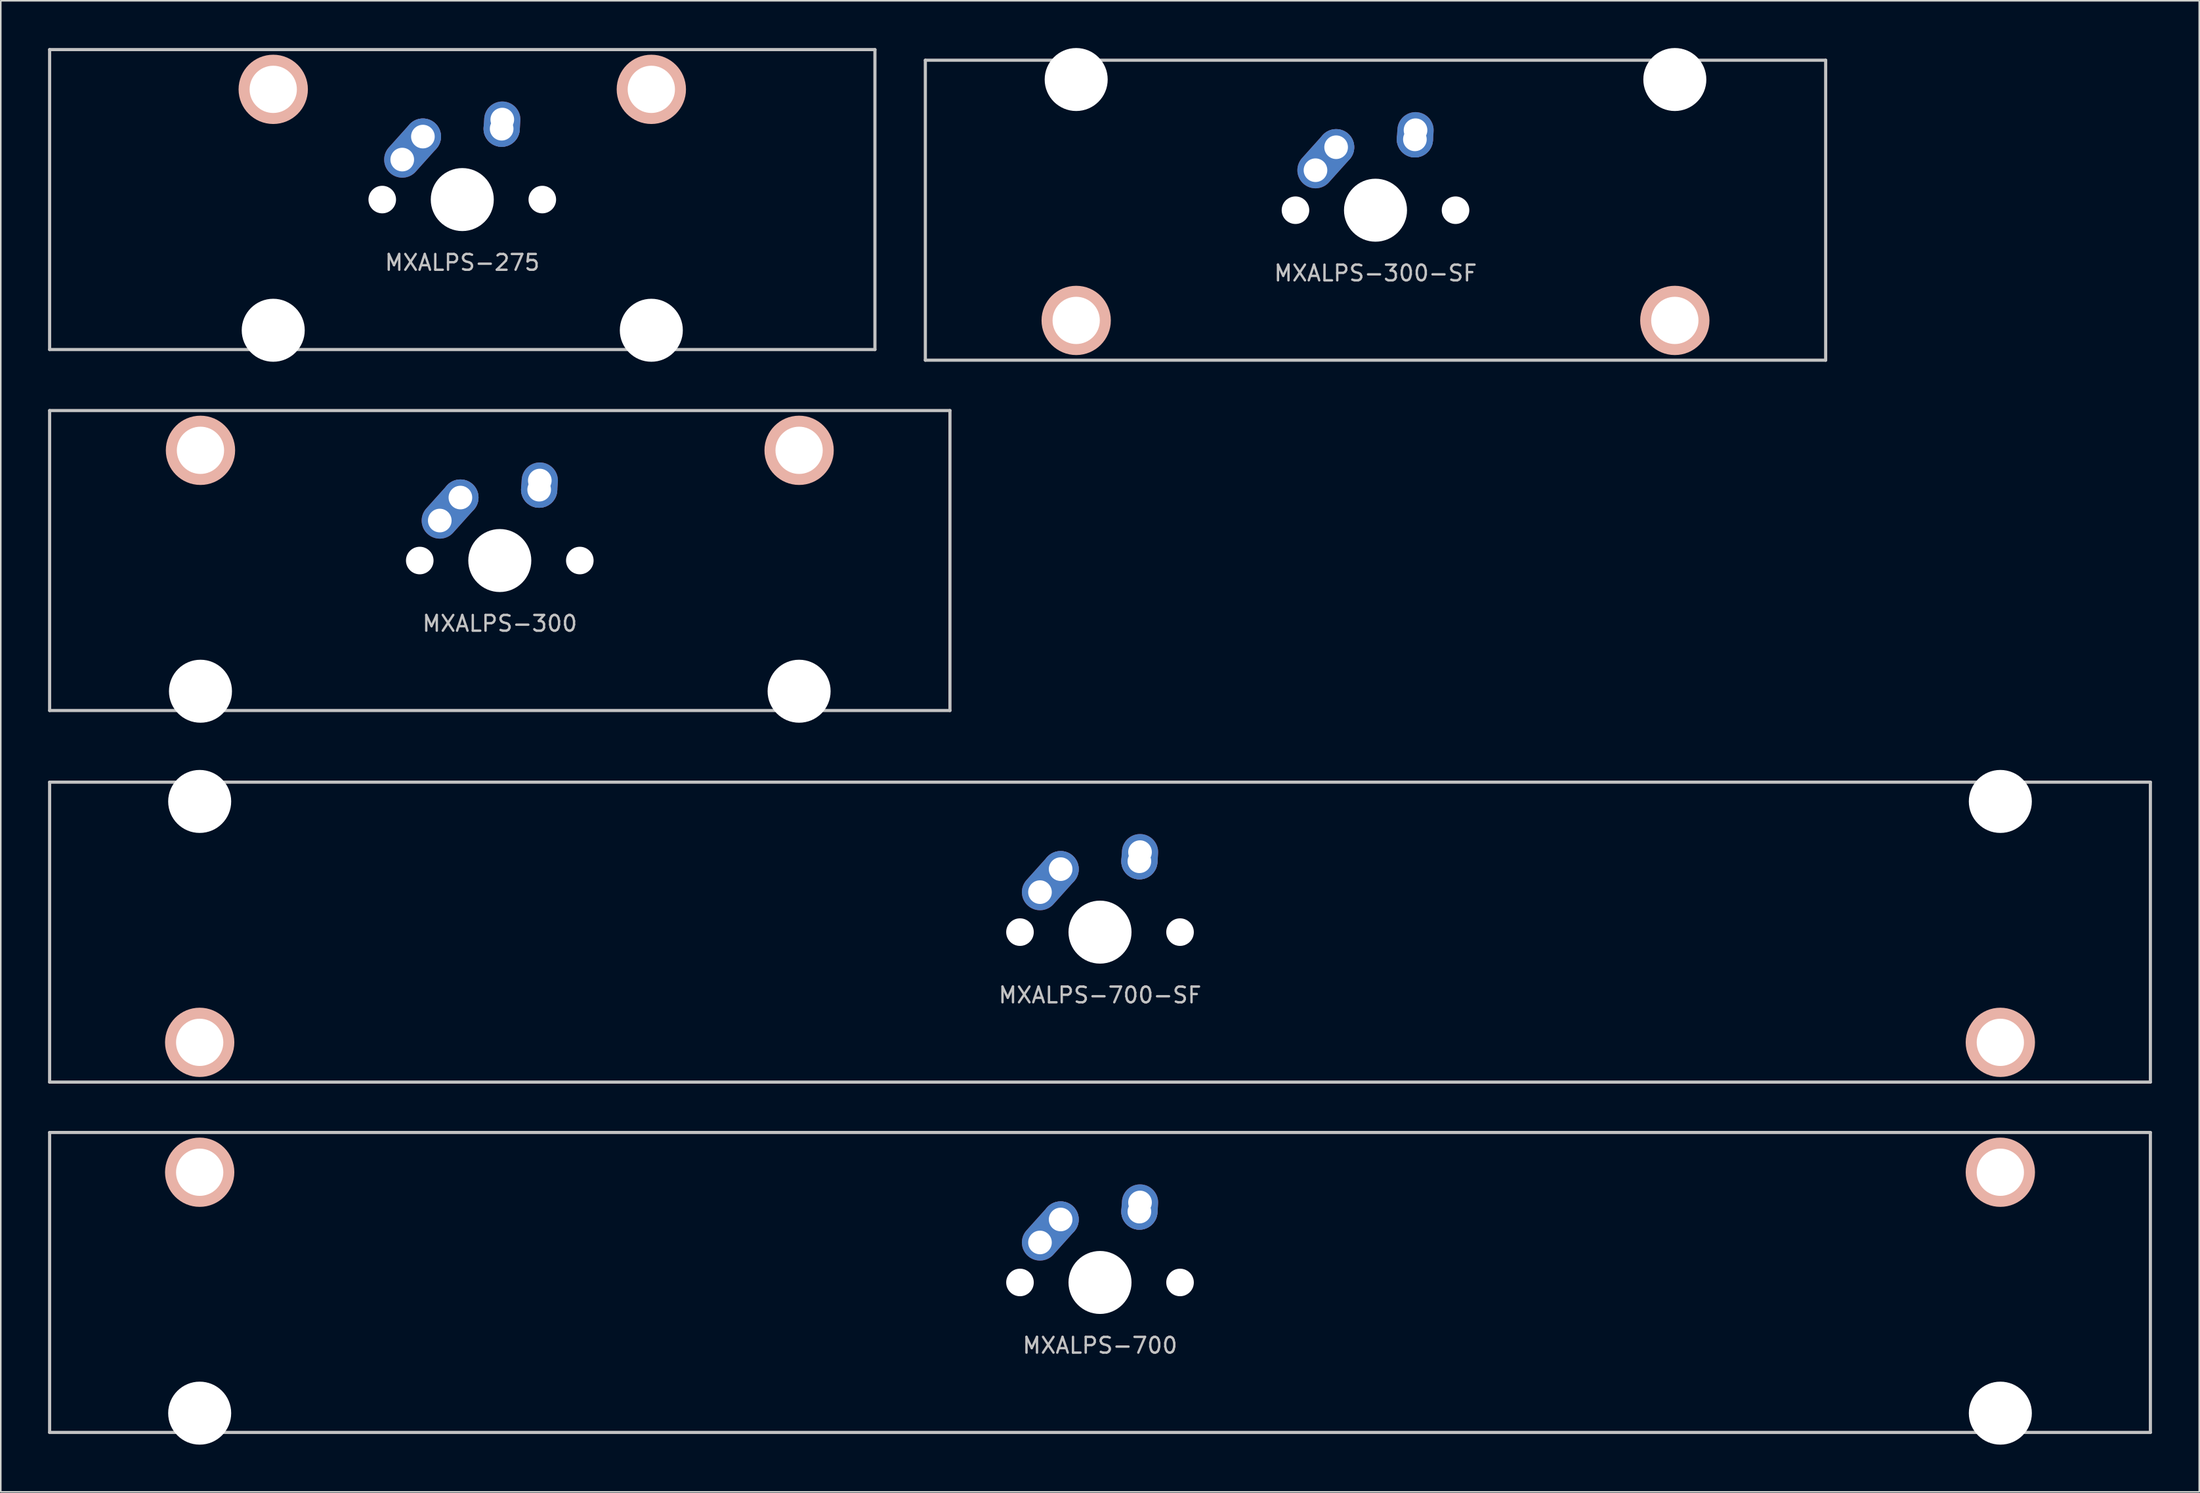
<source format=kicad_pcb>
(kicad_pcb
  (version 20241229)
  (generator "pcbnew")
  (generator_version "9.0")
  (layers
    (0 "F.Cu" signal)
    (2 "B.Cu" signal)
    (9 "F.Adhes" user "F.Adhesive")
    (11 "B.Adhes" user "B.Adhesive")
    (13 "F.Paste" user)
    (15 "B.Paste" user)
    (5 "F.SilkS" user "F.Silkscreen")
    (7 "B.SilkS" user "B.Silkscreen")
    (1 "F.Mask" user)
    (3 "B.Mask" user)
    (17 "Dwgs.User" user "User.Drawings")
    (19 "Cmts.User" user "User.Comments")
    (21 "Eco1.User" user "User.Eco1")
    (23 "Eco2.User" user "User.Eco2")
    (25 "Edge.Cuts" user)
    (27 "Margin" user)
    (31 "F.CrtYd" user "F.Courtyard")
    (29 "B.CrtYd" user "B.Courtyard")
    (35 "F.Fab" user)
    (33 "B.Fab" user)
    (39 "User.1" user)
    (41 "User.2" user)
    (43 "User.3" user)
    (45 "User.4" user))
  (footprint "MXALPS-300-SF"
    (layer "F.Cu")
    (at 84.263 10.3)
    (property "Reference" "MXALPS-300-SF" (at 0 4 0) (layer "Dwgs.User") (effects (font (size 1 1) (thickness 0.15))))
    (attr through_hole)
    (fp_circle (center -19 7) (end -21.2 7) (stroke (width 0) (type solid)) (fill yes) (layer "B.SilkS"))
    (fp_circle (center 19 7) (end 16.8 7) (stroke (width 0) (type solid)) (fill yes) (layer "B.SilkS"))
    (fp_line (start -28.575 -9.525) (end 28.575 -9.525) (stroke (width 0.2) (type solid)) (layer "Dwgs.User"))
    (fp_line (start -28.575 9.525) (end -28.575 -9.525) (stroke (width 0.2) (type solid)) (layer "Dwgs.User"))
    (fp_line (start 28.575 -9.525) (end 28.575 9.525) (stroke (width 0.2) (type solid)) (layer "Dwgs.User"))
    (fp_line (start 28.575 9.525) (end -28.575 9.525) (stroke (width 0.2) (type solid)) (layer "Dwgs.User"))
    (pad "" np_thru_hole circle (at -19 -8.3) (size 4 4) (drill 4) (layers "*.Cu" "*.Mask"))
    (pad "" np_thru_hole circle (at -19 7 180) (size 3 3) (drill 3) (layers "*.Cu" "*.Mask"))
    (pad "" np_thru_hole circle (at -5.08 0) (size 1.75 1.75) (drill 1.75) (layers "*.Cu" "*.Mask"))
    (pad "" np_thru_hole circle (at 0 0) (size 4 4) (drill 4) (layers "*.Cu" "*.Mask"))
    (pad "" np_thru_hole circle (at 5.08 0) (size 1.75 1.75) (drill 1.75) (layers "*.Cu" "*.Mask"))
    (pad "" np_thru_hole circle (at 19 -8.3 180) (size 4 4) (drill 4) (layers "*.Cu" "*.Mask"))
    (pad "" np_thru_hole circle (at 19 7 180) (size 3 3) (drill 3) (layers "*.Cu" "*.Mask"))
    (pad "1" thru_hole circle (at 2.5 -4.5) (size 2.3 2.3) (drill 1.5) (layers "*.Cu" "B.Mask"))
    (pad "1" thru_hole oval (at 2.54 -5.08 356.056) (size 2.3 2.881) (drill 1.5 (offset 0 0.291)) (layers "*.Cu" "B.Mask"))
    (pad "2" thru_hole oval (at -3.81 -2.54 48.1) (size 4.262 2.3) (drill 1.5 (offset 0.981 0)) (layers "*.Cu" "B.Mask"))
    (pad "2" thru_hole circle (at -2.5 -4) (size 2.3 2.3) (drill 1.5) (layers "*.Cu" "B.Mask")))
  (footprint "MXALPS-300"
    (layer "F.Cu")
    (at 28.675 32.55)
    (property "Reference" "MXALPS-300" (at 0 4 0) (layer "Dwgs.User") (effects (font (size 1 1) (thickness 0.15))))
    (attr through_hole)
    (fp_circle (center -19 -7) (end -16.8 -7) (stroke (width 0) (type solid)) (fill yes) (layer "B.SilkS"))
    (fp_circle (center 19 -7) (end 21.2 -7) (stroke (width 0) (type solid)) (fill yes) (layer "B.SilkS"))
    (fp_line (start -28.575 -9.525) (end 28.575 -9.525) (stroke (width 0.2) (type solid)) (layer "Dwgs.User"))
    (fp_line (start -28.575 9.525) (end -28.575 -9.525) (stroke (width 0.2) (type solid)) (layer "Dwgs.User"))
    (fp_line (start 28.575 -9.525) (end 28.575 9.525) (stroke (width 0.2) (type solid)) (layer "Dwgs.User"))
    (fp_line (start 28.575 9.525) (end -28.575 9.525) (stroke (width 0.2) (type solid)) (layer "Dwgs.User"))
    (pad "" np_thru_hole circle (at -19 -7) (size 3 3) (drill 3) (layers "*.Cu" "*.Mask"))
    (pad "" np_thru_hole circle (at -19 8.3) (size 4 4) (drill 4) (layers "*.Cu" "*.Mask"))
    (pad "" np_thru_hole circle (at -5.08 0) (size 1.75 1.75) (drill 1.75) (layers "*.Cu" "*.Mask"))
    (pad "" np_thru_hole circle (at 0 0) (size 4 4) (drill 4) (layers "*.Cu" "*.Mask"))
    (pad "" np_thru_hole circle (at 5.08 0) (size 1.75 1.75) (drill 1.75) (layers "*.Cu" "*.Mask"))
    (pad "" np_thru_hole circle (at 19 -7) (size 3 3) (drill 3) (layers "*.Cu" "*.Mask"))
    (pad "" np_thru_hole circle (at 19 8.3 180) (size 4 4) (drill 4) (layers "*.Cu" "*.Mask"))
    (pad "1" thru_hole circle (at 2.5 -4.5) (size 2.3 2.3) (drill 1.5) (layers "*.Cu" "B.Mask"))
    (pad "1" thru_hole oval (at 2.54 -5.08 356.056) (size 2.3 2.881) (drill 1.5 (offset 0 0.291)) (layers "*.Cu" "B.Mask"))
    (pad "2" thru_hole oval (at -3.81 -2.54 48.1) (size 4.262 2.3) (drill 1.5 (offset 0.981 0)) (layers "*.Cu" "B.Mask"))
    (pad "2" thru_hole circle (at -2.5 -4) (size 2.3 2.3) (drill 1.5) (layers "*.Cu" "B.Mask")))
  (footprint "MXALPS-700-SF"
    (layer "F.Cu")
    (at 66.775 56.15)
    (property "Reference" "MXALPS-700-SF" (at 0 4 0) (layer "Dwgs.User") (effects (font (size 1 1) (thickness 0.15))))
    (attr through_hole)
    (fp_circle (center -57.15 7) (end -59.35 7) (stroke (width 0) (type solid)) (fill yes) (layer "B.SilkS"))
    (fp_circle (center 57.15 7) (end 54.95 7) (stroke (width 0) (type solid)) (fill yes) (layer "B.SilkS"))
    (fp_line (start -66.675 -9.525) (end 66.675 -9.525) (stroke (width 0.2) (type solid)) (layer "Dwgs.User"))
    (fp_line (start -66.675 9.525) (end -66.675 -9.525) (stroke (width 0.2) (type solid)) (layer "Dwgs.User"))
    (fp_line (start 66.675 -9.525) (end 66.675 9.525) (stroke (width 0.2) (type solid)) (layer "Dwgs.User"))
    (fp_line (start 66.675 9.525) (end -66.675 9.525) (stroke (width 0.2) (type solid)) (layer "Dwgs.User"))
    (pad "" np_thru_hole circle (at -57.15 -8.3) (size 4 4) (drill 4) (layers "*.Cu" "*.Mask"))
    (pad "" np_thru_hole circle (at -57.15 7 180) (size 3 3) (drill 3) (layers "*.Cu" "*.Mask"))
    (pad "" np_thru_hole circle (at -5.08 0) (size 1.75 1.75) (drill 1.75) (layers "*.Cu" "*.Mask"))
    (pad "" np_thru_hole circle (at 0 0) (size 4 4) (drill 4) (layers "*.Cu" "*.Mask"))
    (pad "" np_thru_hole circle (at 5.08 0) (size 1.75 1.75) (drill 1.75) (layers "*.Cu" "*.Mask"))
    (pad "" np_thru_hole circle (at 57.15 -8.3 180) (size 4 4) (drill 4) (layers "*.Cu" "*.Mask"))
    (pad "" np_thru_hole circle (at 57.15 7 180) (size 3 3) (drill 3) (layers "*.Cu" "*.Mask"))
    (pad "1" thru_hole circle (at 2.5 -4.5) (size 2.3 2.3) (drill 1.5) (layers "*.Cu" "B.Mask"))
    (pad "1" thru_hole oval (at 2.54 -5.08 356.056) (size 2.3 2.881) (drill 1.5 (offset 0 0.291)) (layers "*.Cu" "B.Mask"))
    (pad "2" thru_hole oval (at -3.81 -2.54 48.1) (size 4.262 2.3) (drill 1.5 (offset 0.981 0)) (layers "*.Cu" "B.Mask"))
    (pad "2" thru_hole circle (at -2.5 -4) (size 2.3 2.3) (drill 1.5) (layers "*.Cu" "B.Mask")))
  (footprint "MXALPS-700"
    (layer "F.Cu")
    (at 66.775 78.4)
    (property "Reference" "MXALPS-700" (at 0 4 0) (layer "Dwgs.User") (effects (font (size 1 1) (thickness 0.15))))
    (attr through_hole)
    (fp_circle (center -57.15 -7) (end -54.95 -7) (stroke (width 0) (type solid)) (fill yes) (layer "B.SilkS"))
    (fp_circle (center 57.15 -7) (end 59.35 -7) (stroke (width 0) (type solid)) (fill yes) (layer "B.SilkS"))
    (fp_line (start -66.675 -9.525) (end 66.675 -9.525) (stroke (width 0.2) (type solid)) (layer "Dwgs.User"))
    (fp_line (start -66.675 9.525) (end -66.675 -9.525) (stroke (width 0.2) (type solid)) (layer "Dwgs.User"))
    (fp_line (start 66.675 -9.525) (end 66.675 9.525) (stroke (width 0.2) (type solid)) (layer "Dwgs.User"))
    (fp_line (start 66.675 9.525) (end -66.675 9.525) (stroke (width 0.2) (type solid)) (layer "Dwgs.User"))
    (pad "" np_thru_hole circle (at -57.15 -7) (size 3 3) (drill 3) (layers "*.Cu" "*.Mask"))
    (pad "" np_thru_hole circle (at -57.15 8.3) (size 4 4) (drill 4) (layers "*.Cu" "*.Mask"))
    (pad "" np_thru_hole circle (at -5.08 0) (size 1.75 1.75) (drill 1.75) (layers "*.Cu" "*.Mask"))
    (pad "" np_thru_hole circle (at 0 0) (size 4 4) (drill 4) (layers "*.Cu" "*.Mask"))
    (pad "" np_thru_hole circle (at 5.08 0) (size 1.75 1.75) (drill 1.75) (layers "*.Cu" "*.Mask"))
    (pad "" np_thru_hole circle (at 57.15 -7) (size 3 3) (drill 3) (layers "*.Cu" "*.Mask"))
    (pad "" np_thru_hole circle (at 57.15 8.3 180) (size 4 4) (drill 4) (layers "*.Cu" "*.Mask"))
    (pad "1" thru_hole circle (at 2.5 -4.5) (size 2.3 2.3) (drill 1.5) (layers "*.Cu" "B.Mask"))
    (pad "1" thru_hole oval (at 2.54 -5.08 356.056) (size 2.3 2.881) (drill 1.5 (offset 0 0.291)) (layers "*.Cu" "B.Mask"))
    (pad "2" thru_hole oval (at -3.81 -2.54 48.1) (size 4.262 2.3) (drill 1.5 (offset 0.981 0)) (layers "*.Cu" "B.Mask"))
    (pad "2" thru_hole circle (at -2.5 -4) (size 2.3 2.3) (drill 1.5) (layers "*.Cu" "B.Mask")))
  (footprint "MXALPS-275"
    (layer "F.Cu")
    (at 26.294 9.625)
    (property "Reference" "MXALPS-275" (at 0 4 0) (layer "Dwgs.User") (effects (font (size 1 1) (thickness 0.15))))
    (attr through_hole)
    (fp_circle (center -12 -7) (end -9.8 -7) (stroke (width 0) (type solid)) (fill yes) (layer "B.SilkS"))
    (fp_circle (center 12 -7) (end 14.2 -7) (stroke (width 0) (type solid)) (fill yes) (layer "B.SilkS"))
    (fp_line (start -26.194 -9.525) (end 26.194 -9.525) (stroke (width 0.2) (type solid)) (layer "Dwgs.User"))
    (fp_line (start -26.194 9.525) (end -26.194 -9.525) (stroke (width 0.2) (type solid)) (layer "Dwgs.User"))
    (fp_line (start 26.194 -9.525) (end 26.194 9.525) (stroke (width 0.2) (type solid)) (layer "Dwgs.User"))
    (fp_line (start 26.194 9.525) (end -26.194 9.525) (stroke (width 0.2) (type solid)) (layer "Dwgs.User"))
    (pad "" np_thru_hole circle (at -12 -7) (size 3 3) (drill 3) (layers "*.Cu" "*.Mask"))
    (pad "" np_thru_hole circle (at -12 8.3) (size 4 4) (drill 4) (layers "*.Cu" "*.Mask"))
    (pad "" np_thru_hole circle (at -5.08 0) (size 1.75 1.75) (drill 1.75) (layers "*.Cu" "*.Mask"))
    (pad "" np_thru_hole circle (at 0 0) (size 4 4) (drill 4) (layers "*.Cu" "*.Mask"))
    (pad "" np_thru_hole circle (at 5.08 0) (size 1.75 1.75) (drill 1.75) (layers "*.Cu" "*.Mask"))
    (pad "" np_thru_hole circle (at 12 -7) (size 3 3) (drill 3) (layers "*.Cu" "*.Mask"))
    (pad "" np_thru_hole circle (at 12 8.3) (size 4 4) (drill 4) (layers "*.Cu" "*.Mask"))
    (pad "1" thru_hole circle (at 2.5 -4.5) (size 2.3 2.3) (drill 1.5) (layers "*.Cu" "B.Mask"))
    (pad "1" thru_hole oval (at 2.54 -5.08 356.056) (size 2.3 2.881) (drill 1.5 (offset 0 0.291)) (layers "*.Cu" "B.Mask"))
    (pad "2" thru_hole oval (at -3.81 -2.54 48.1) (size 4.262 2.3) (drill 1.5 (offset 0.981 0)) (layers "*.Cu" "B.Mask"))
    (pad "2" thru_hole circle (at -2.5 -4) (size 2.3 2.3) (drill 1.5) (layers "*.Cu" "B.Mask")))
  (gr_rect
    (start -3 -3)
    (end 136.55 91.7)
    (stroke (width 0.1) (type default))
    (fill no)
    (layer "Edge.Cuts")))
</source>
